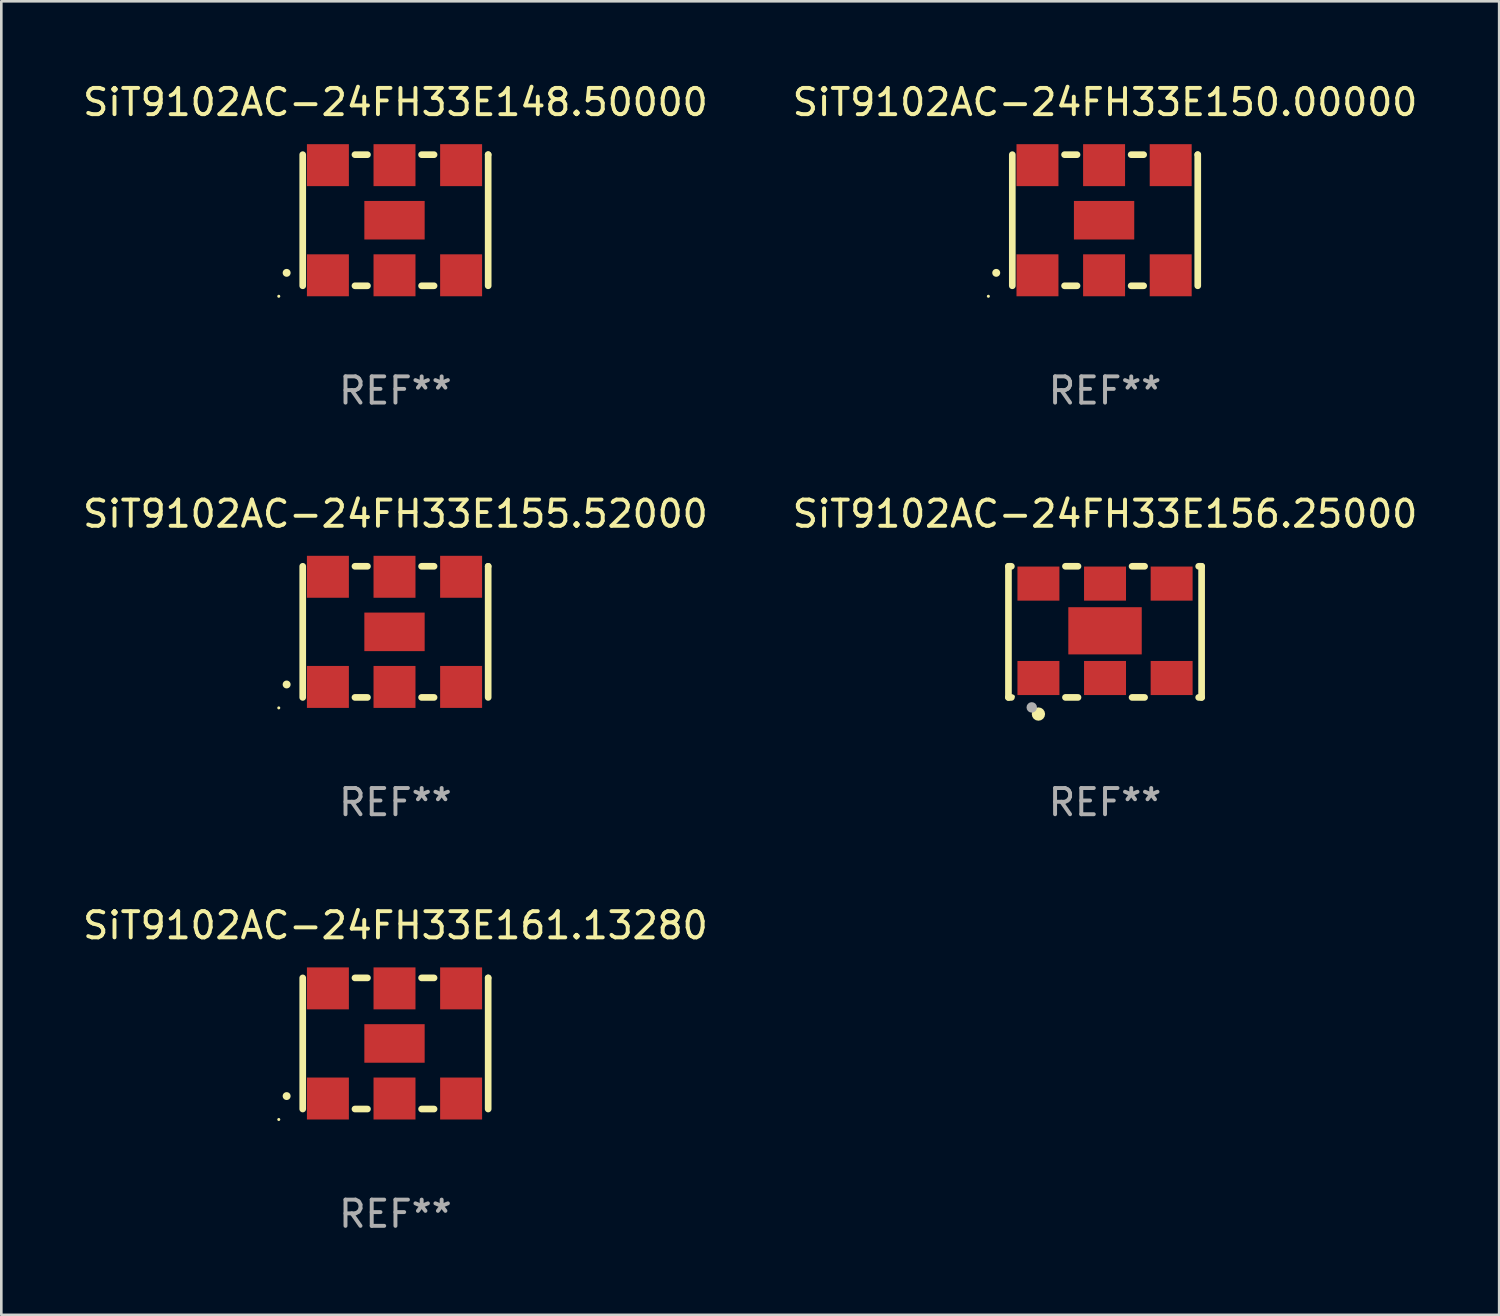
<source format=kicad_pcb>
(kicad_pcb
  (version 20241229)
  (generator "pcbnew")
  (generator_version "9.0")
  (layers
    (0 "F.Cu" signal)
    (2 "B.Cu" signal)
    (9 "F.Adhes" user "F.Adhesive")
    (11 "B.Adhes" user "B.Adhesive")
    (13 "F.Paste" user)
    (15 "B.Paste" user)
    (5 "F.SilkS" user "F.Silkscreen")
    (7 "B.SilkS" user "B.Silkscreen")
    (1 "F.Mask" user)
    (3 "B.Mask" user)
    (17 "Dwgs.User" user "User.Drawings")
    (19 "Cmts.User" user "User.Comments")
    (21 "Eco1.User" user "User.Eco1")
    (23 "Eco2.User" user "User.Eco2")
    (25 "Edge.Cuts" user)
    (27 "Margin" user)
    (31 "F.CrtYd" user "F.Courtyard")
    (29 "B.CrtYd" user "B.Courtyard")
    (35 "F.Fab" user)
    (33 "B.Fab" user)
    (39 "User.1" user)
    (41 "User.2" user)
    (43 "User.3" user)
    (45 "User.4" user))
  (footprint "SiT9102AC-24FH33E156.25000"
    (layer "F.Cu")
    (at 39.089 21.045)
    (property "Reference" "SiT9102AC-24FH33E156.25000" (at 0 -4.5 0) (layer "F.SilkS") (effects (font (size 1 1) (thickness 0.15))))
    (attr through_hole)
    (fp_line (start -3.683 -2.5) (end -3.571 -2.5) (stroke (width 0.254) (type solid)) (layer "F.SilkS"))
    (fp_line (start -3.683 2.5) (end -3.683 -2.5) (stroke (width 0.254) (type solid)) (layer "F.SilkS"))
    (fp_line (start -3.683 2.5) (end -3.571 2.5) (stroke (width 0.254) (type solid)) (layer "F.SilkS"))
    (fp_line (start -1.509 -2.5) (end -1.031 -2.5) (stroke (width 0.254) (type solid)) (layer "F.SilkS"))
    (fp_line (start -1.509 2.5) (end -1.031 2.5) (stroke (width 0.254) (type solid)) (layer "F.SilkS"))
    (fp_line (start 1.031 -2.5) (end 1.509 -2.5) (stroke (width 0.254) (type solid)) (layer "F.SilkS"))
    (fp_line (start 1.031 2.5) (end 1.509 2.5) (stroke (width 0.254) (type solid)) (layer "F.SilkS"))
    (fp_line (start 3.571 -2.5) (end 3.683 -2.5) (stroke (width 0.254) (type solid)) (layer "F.SilkS"))
    (fp_line (start 3.571 2.5) (end 3.683 2.5) (stroke (width 0.254) (type solid)) (layer "F.SilkS"))
    (fp_line (start 3.683 2.5) (end 3.683 -2.5) (stroke (width 0.254) (type solid)) (layer "F.SilkS"))
    (fp_circle (center -3.5 2.46) (end -3.47 2.46) (stroke (width 0.06) (type solid)) (fill no) (layer "F.SilkS"))
    (fp_circle (center -2.54 3.135) (end -2.413 3.135) (stroke (width 0.254) (type solid)) (fill no) (layer "F.SilkS"))
    (fp_circle (center -2.794 2.881) (end -2.694 2.881) (stroke (width 0.2) (type solid)) (fill no) (layer "F.Fab"))
    (fp_text user "REF**" (at 0 6.5 0) (layer "F.Fab") (effects (font (size 1 1) (thickness 0.15))))
    (pad "1" smd rect (at -2.54 1.76) (size 1.6 1.3) (layers "F.Cu" "F.Mask" "F.Paste"))
    (pad "2" smd rect (at 0 1.76) (size 1.6 1.3) (layers "F.Cu" "F.Mask" "F.Paste"))
    (pad "3" smd rect (at 2.54 1.76) (size 1.6 1.3) (layers "F.Cu" "F.Mask" "F.Paste"))
    (pad "4" smd rect (at 2.54 -1.84) (size 1.6 1.3) (layers "F.Cu" "F.Mask" "F.Paste"))
    (pad "5" smd rect (at 0 -1.84) (size 1.6 1.3) (layers "F.Cu" "F.Mask" "F.Paste"))
    (pad "6" smd rect (at -2.54 -1.84) (size 1.6 1.3) (layers "F.Cu" "F.Mask" "F.Paste"))
    (pad "7" smd rect (at 0 -0.04) (size 2.8 1.8) (layers "F.Cu" "F.Mask" "F.Paste")))
  (footprint "SiT9102AC-24FH33E150.00000"
    (layer "F.Cu")
    (at 39.089 5.348)
    (property "Reference" "SiT9102AC-24FH33E150.00000" (at 0 -4.5 0) (layer "F.SilkS") (effects (font (size 1 1) (thickness 0.15))))
    (attr through_hole)
    (fp_line (start -3.536 -2.5) (end -3.536 2.5) (stroke (width 0.254) (type solid)) (layer "F.SilkS"))
    (fp_line (start -1.544 2.5) (end -1.067 2.5) (stroke (width 0.254) (type solid)) (layer "F.SilkS"))
    (fp_line (start -1.067 -2.5) (end -1.544 -2.5) (stroke (width 0.254) (type solid)) (layer "F.SilkS"))
    (fp_line (start 0.996 2.5) (end 1.473 2.5) (stroke (width 0.254) (type solid)) (layer "F.SilkS"))
    (fp_line (start 1.473 -2.5) (end 0.996 -2.5) (stroke (width 0.254) (type solid)) (layer "F.SilkS"))
    (fp_line (start 3.536 -2.5) (end 3.536 -2.5) (stroke (width 0.254) (type solid)) (layer "F.SilkS"))
    (fp_line (start 3.536 2.5) (end 3.536 -2.5) (stroke (width 0.254) (type solid)) (layer "F.SilkS"))
    (fp_arc (start -4.150432 2.006604) (mid -4.149162 2.006599) (end -4.147892 2.006604) (stroke (width 0.3) (type solid)) (layer "F.SilkS"))
    (fp_circle (center -4.449 2.9) (end -4.419 2.9) (stroke (width 0.06) (type solid)) (fill no) (layer "F.SilkS"))
    (fp_text user "REF**" (at 0 6.5 0) (layer "F.Fab") (effects (font (size 1 1) (thickness 0.15))))
    (pad "1" smd rect (at -2.576 2.1) (size 1.6 1.6) (layers "F.Cu" "F.Mask" "F.Paste"))
    (pad "2" smd rect (at -0.036 2.1) (size 1.6 1.6) (layers "F.Cu" "F.Mask" "F.Paste"))
    (pad "3" smd rect (at 2.504 2.1) (size 1.6 1.6) (layers "F.Cu" "F.Mask" "F.Paste"))
    (pad "4" smd rect (at 2.504 -2.1) (size 1.6 1.6) (layers "F.Cu" "F.Mask" "F.Paste"))
    (pad "5" smd rect (at -0.036 -2.1) (size 1.6 1.6) (layers "F.Cu" "F.Mask" "F.Paste"))
    (pad "6" smd rect (at -2.576 -2.1) (size 1.6 1.6) (layers "F.Cu" "F.Mask" "F.Paste"))
    (pad "7" smd rect (at -0.036 0) (size 2.3 1.47) (layers "F.Cu" "F.Mask" "F.Paste")))
  (footprint "SiT9102AC-24FH33E161.13280"
    (layer "F.Cu")
    (at 12.03 36.741)
    (property "Reference" "SiT9102AC-24FH33E161.13280" (at 0 -4.5 0) (layer "F.SilkS") (effects (font (size 1 1) (thickness 0.15))))
    (attr through_hole)
    (fp_line (start -3.536 -2.5) (end -3.536 2.5) (stroke (width 0.254) (type solid)) (layer "F.SilkS"))
    (fp_line (start -1.544 2.5) (end -1.067 2.5) (stroke (width 0.254) (type solid)) (layer "F.SilkS"))
    (fp_line (start -1.067 -2.5) (end -1.544 -2.5) (stroke (width 0.254) (type solid)) (layer "F.SilkS"))
    (fp_line (start 0.996 2.5) (end 1.473 2.5) (stroke (width 0.254) (type solid)) (layer "F.SilkS"))
    (fp_line (start 1.473 -2.5) (end 0.996 -2.5) (stroke (width 0.254) (type solid)) (layer "F.SilkS"))
    (fp_line (start 3.536 -2.5) (end 3.536 -2.5) (stroke (width 0.254) (type solid)) (layer "F.SilkS"))
    (fp_line (start 3.536 2.5) (end 3.536 -2.5) (stroke (width 0.254) (type solid)) (layer "F.SilkS"))
    (fp_arc (start -4.150432 2.006604) (mid -4.149162 2.006599) (end -4.147892 2.006604) (stroke (width 0.3) (type solid)) (layer "F.SilkS"))
    (fp_circle (center -4.449 2.9) (end -4.419 2.9) (stroke (width 0.06) (type solid)) (fill no) (layer "F.SilkS"))
    (fp_text user "REF**" (at 0 6.5 0) (layer "F.Fab") (effects (font (size 1 1) (thickness 0.15))))
    (pad "1" smd rect (at -2.576 2.1) (size 1.6 1.6) (layers "F.Cu" "F.Mask" "F.Paste"))
    (pad "2" smd rect (at -0.036 2.1) (size 1.6 1.6) (layers "F.Cu" "F.Mask" "F.Paste"))
    (pad "3" smd rect (at 2.504 2.1) (size 1.6 1.6) (layers "F.Cu" "F.Mask" "F.Paste"))
    (pad "4" smd rect (at 2.504 -2.1) (size 1.6 1.6) (layers "F.Cu" "F.Mask" "F.Paste"))
    (pad "5" smd rect (at -0.036 -2.1) (size 1.6 1.6) (layers "F.Cu" "F.Mask" "F.Paste"))
    (pad "6" smd rect (at -2.576 -2.1) (size 1.6 1.6) (layers "F.Cu" "F.Mask" "F.Paste"))
    (pad "7" smd rect (at -0.036 0) (size 2.3 1.47) (layers "F.Cu" "F.Mask" "F.Paste")))
  (footprint "SiT9102AC-24FH33E148.50000"
    (layer "F.Cu")
    (at 12.03 5.348)
    (property "Reference" "SiT9102AC-24FH33E148.50000" (at 0 -4.5 0) (layer "F.SilkS") (effects (font (size 1 1) (thickness 0.15))))
    (attr through_hole)
    (fp_line (start -3.536 -2.5) (end -3.536 2.5) (stroke (width 0.254) (type solid)) (layer "F.SilkS"))
    (fp_line (start -1.544 2.5) (end -1.067 2.5) (stroke (width 0.254) (type solid)) (layer "F.SilkS"))
    (fp_line (start -1.067 -2.5) (end -1.544 -2.5) (stroke (width 0.254) (type solid)) (layer "F.SilkS"))
    (fp_line (start 0.996 2.5) (end 1.473 2.5) (stroke (width 0.254) (type solid)) (layer "F.SilkS"))
    (fp_line (start 1.473 -2.5) (end 0.996 -2.5) (stroke (width 0.254) (type solid)) (layer "F.SilkS"))
    (fp_line (start 3.536 -2.5) (end 3.536 -2.5) (stroke (width 0.254) (type solid)) (layer "F.SilkS"))
    (fp_line (start 3.536 2.5) (end 3.536 -2.5) (stroke (width 0.254) (type solid)) (layer "F.SilkS"))
    (fp_arc (start -4.150432 2.006604) (mid -4.149162 2.006599) (end -4.147892 2.006604) (stroke (width 0.3) (type solid)) (layer "F.SilkS"))
    (fp_circle (center -4.449 2.9) (end -4.419 2.9) (stroke (width 0.06) (type solid)) (fill no) (layer "F.SilkS"))
    (fp_text user "REF**" (at 0 6.5 0) (layer "F.Fab") (effects (font (size 1 1) (thickness 0.15))))
    (pad "1" smd rect (at -2.576 2.1) (size 1.6 1.6) (layers "F.Cu" "F.Mask" "F.Paste"))
    (pad "2" smd rect (at -0.036 2.1) (size 1.6 1.6) (layers "F.Cu" "F.Mask" "F.Paste"))
    (pad "3" smd rect (at 2.504 2.1) (size 1.6 1.6) (layers "F.Cu" "F.Mask" "F.Paste"))
    (pad "4" smd rect (at 2.504 -2.1) (size 1.6 1.6) (layers "F.Cu" "F.Mask" "F.Paste"))
    (pad "5" smd rect (at -0.036 -2.1) (size 1.6 1.6) (layers "F.Cu" "F.Mask" "F.Paste"))
    (pad "6" smd rect (at -2.576 -2.1) (size 1.6 1.6) (layers "F.Cu" "F.Mask" "F.Paste"))
    (pad "7" smd rect (at -0.036 0) (size 2.3 1.47) (layers "F.Cu" "F.Mask" "F.Paste")))
  (footprint "SiT9102AC-24FH33E155.52000"
    (layer "F.Cu")
    (at 12.03 21.045)
    (property "Reference" "SiT9102AC-24FH33E155.52000" (at 0 -4.5 0) (layer "F.SilkS") (effects (font (size 1 1) (thickness 0.15))))
    (attr through_hole)
    (fp_line (start -3.536 -2.5) (end -3.536 2.5) (stroke (width 0.254) (type solid)) (layer "F.SilkS"))
    (fp_line (start -1.544 2.5) (end -1.067 2.5) (stroke (width 0.254) (type solid)) (layer "F.SilkS"))
    (fp_line (start -1.067 -2.5) (end -1.544 -2.5) (stroke (width 0.254) (type solid)) (layer "F.SilkS"))
    (fp_line (start 0.996 2.5) (end 1.473 2.5) (stroke (width 0.254) (type solid)) (layer "F.SilkS"))
    (fp_line (start 1.473 -2.5) (end 0.996 -2.5) (stroke (width 0.254) (type solid)) (layer "F.SilkS"))
    (fp_line (start 3.536 -2.5) (end 3.536 -2.5) (stroke (width 0.254) (type solid)) (layer "F.SilkS"))
    (fp_line (start 3.536 2.5) (end 3.536 -2.5) (stroke (width 0.254) (type solid)) (layer "F.SilkS"))
    (fp_arc (start -4.150432 2.006604) (mid -4.149162 2.006599) (end -4.147892 2.006604) (stroke (width 0.3) (type solid)) (layer "F.SilkS"))
    (fp_circle (center -4.449 2.9) (end -4.419 2.9) (stroke (width 0.06) (type solid)) (fill no) (layer "F.SilkS"))
    (fp_text user "REF**" (at 0 6.5 0) (layer "F.Fab") (effects (font (size 1 1) (thickness 0.15))))
    (pad "1" smd rect (at -2.576 2.1) (size 1.6 1.6) (layers "F.Cu" "F.Mask" "F.Paste"))
    (pad "2" smd rect (at -0.036 2.1) (size 1.6 1.6) (layers "F.Cu" "F.Mask" "F.Paste"))
    (pad "3" smd rect (at 2.504 2.1) (size 1.6 1.6) (layers "F.Cu" "F.Mask" "F.Paste"))
    (pad "4" smd rect (at 2.504 -2.1) (size 1.6 1.6) (layers "F.Cu" "F.Mask" "F.Paste"))
    (pad "5" smd rect (at -0.036 -2.1) (size 1.6 1.6) (layers "F.Cu" "F.Mask" "F.Paste"))
    (pad "6" smd rect (at -2.576 -2.1) (size 1.6 1.6) (layers "F.Cu" "F.Mask" "F.Paste"))
    (pad "7" smd rect (at -0.036 0) (size 2.3 1.47) (layers "F.Cu" "F.Mask" "F.Paste")))
  (gr_rect
    (start -3 -3)
    (end 54.119 47.09)
    (stroke (width 0.1) (type default))
    (fill no)
    (layer "Edge.Cuts")))
</source>
